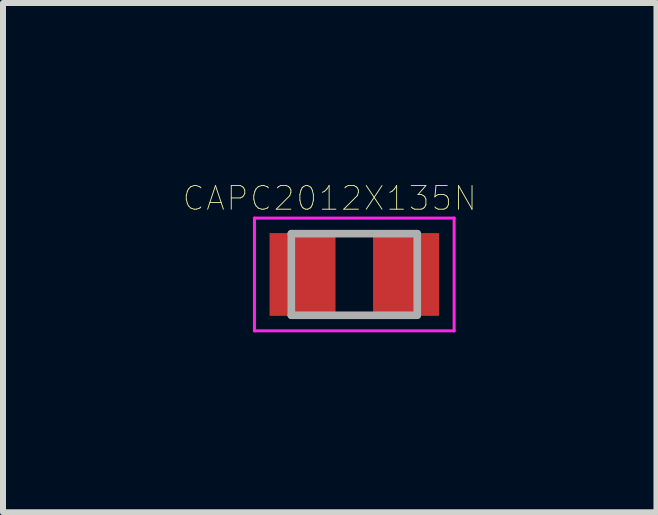
<source format=kicad_pcb>
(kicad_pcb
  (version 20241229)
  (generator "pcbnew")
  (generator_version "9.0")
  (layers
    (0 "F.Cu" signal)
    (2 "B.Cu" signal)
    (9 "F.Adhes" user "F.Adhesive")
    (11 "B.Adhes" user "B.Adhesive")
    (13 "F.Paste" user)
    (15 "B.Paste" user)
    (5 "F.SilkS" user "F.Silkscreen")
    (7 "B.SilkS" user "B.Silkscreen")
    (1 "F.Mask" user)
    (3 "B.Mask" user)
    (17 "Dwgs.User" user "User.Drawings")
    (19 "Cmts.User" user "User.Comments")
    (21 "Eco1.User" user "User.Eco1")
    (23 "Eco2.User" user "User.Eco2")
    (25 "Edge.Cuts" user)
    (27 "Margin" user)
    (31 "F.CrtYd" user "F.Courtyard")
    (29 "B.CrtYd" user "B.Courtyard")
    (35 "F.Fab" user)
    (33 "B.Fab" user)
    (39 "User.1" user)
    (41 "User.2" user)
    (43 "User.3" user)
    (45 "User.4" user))
  (footprint "CAPC2012X135N"
    (layer "F.Cu")
    (at 2.858 1.527)
    (property "Reference" "CAPC2012X135N" (at -0.41 -1.27 0) (layer "F.SilkS") (effects (font (size 0.394 0.394) (thickness 0.015))))
    (attr through_hole)
    (fp_line (start -1.665 -0.94) (end 1.665 -0.94) (stroke (width 0.05) (type solid)) (layer "F.CrtYd"))
    (fp_line (start -1.665 0.94) (end -1.665 -0.94) (stroke (width 0.05) (type solid)) (layer "F.CrtYd"))
    (fp_line (start -1.665 0.94) (end 1.665 0.94) (stroke (width 0.05) (type solid)) (layer "F.CrtYd"))
    (fp_line (start 1.665 0.94) (end 1.665 -0.94) (stroke (width 0.05) (type solid)) (layer "F.CrtYd"))
    (fp_line (start -1.05 0.68) (end -1.05 -0.68) (stroke (width 0.127) (type solid)) (layer "F.Fab"))
    (fp_line (start 1.05 -0.68) (end -1.05 -0.68) (stroke (width 0.127) (type solid)) (layer "F.Fab"))
    (fp_line (start 1.05 0.68) (end -1.05 0.68) (stroke (width 0.127) (type solid)) (layer "F.Fab"))
    (fp_line (start 1.05 0.68) (end 1.05 -0.68) (stroke (width 0.127) (type solid)) (layer "F.Fab"))
    (pad "1" smd rect (at -0.863 0) (size 1.1 1.38) (layers "F.Cu" "F.Mask" "F.Paste"))
    (pad "2" smd rect (at 0.863 0) (size 1.1 1.38) (layers "F.Cu" "F.Mask" "F.Paste")))
  (gr_rect
    (start -3 -3)
    (end 7.897 5.492)
    (stroke (width 0.1) (type default))
    (fill no)
    (layer "Edge.Cuts")))
</source>
